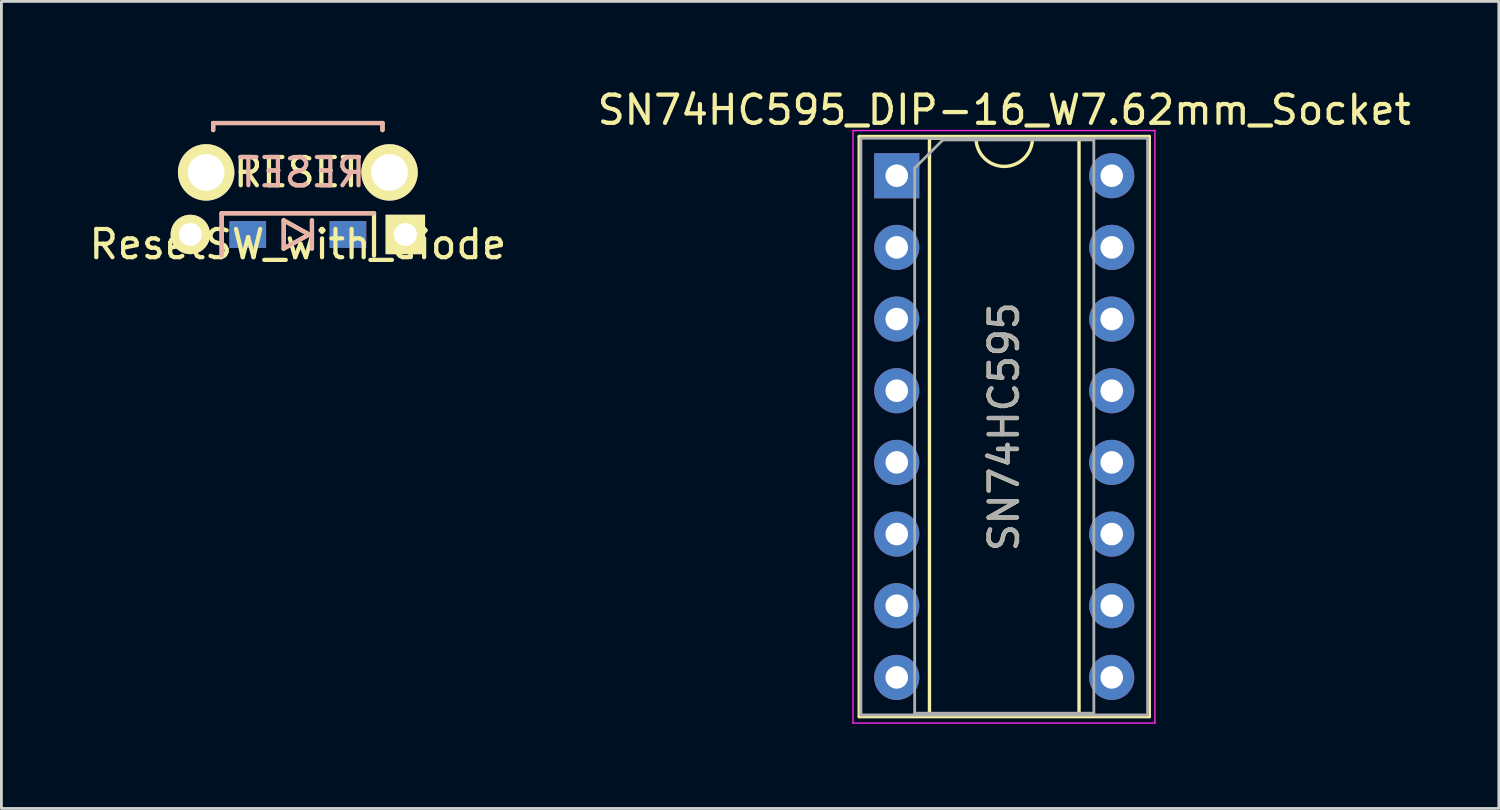
<source format=kicad_pcb>
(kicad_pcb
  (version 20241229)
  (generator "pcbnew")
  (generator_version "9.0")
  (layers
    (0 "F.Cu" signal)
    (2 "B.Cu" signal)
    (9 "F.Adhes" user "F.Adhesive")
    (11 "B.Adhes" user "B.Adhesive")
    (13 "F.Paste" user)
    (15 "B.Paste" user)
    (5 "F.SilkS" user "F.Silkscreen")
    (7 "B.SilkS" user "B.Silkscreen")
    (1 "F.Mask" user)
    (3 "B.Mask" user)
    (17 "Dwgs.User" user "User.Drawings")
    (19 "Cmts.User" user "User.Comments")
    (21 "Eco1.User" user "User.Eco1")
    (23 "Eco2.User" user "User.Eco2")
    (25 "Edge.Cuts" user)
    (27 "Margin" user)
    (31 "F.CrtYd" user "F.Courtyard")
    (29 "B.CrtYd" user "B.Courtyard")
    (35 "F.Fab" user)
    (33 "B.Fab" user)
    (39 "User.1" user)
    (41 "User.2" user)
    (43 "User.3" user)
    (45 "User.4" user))
  (footprint "ResetSW_with_diode"
    (layer "F.Cu")
    (at 7.506 3.06)
    (property "Reference" "ResetSW_with_diode" (at 0 2.55 0) (layer "F.SilkS") (effects (font (size 1 1) (thickness 0.15))))
    (attr through_hole)
    (fp_line (start -3 -1.75) (end -3 -1.5) (stroke (width 0.15) (type solid)) (layer "F.SilkS"))
    (fp_line (start -3 -1.75) (end 3 -1.75) (stroke (width 0.15) (type solid)) (layer "F.SilkS"))
    (fp_line (start -2.7 1.45) (end -2.7 2.95) (stroke (width 0.15) (type solid)) (layer "F.SilkS"))
    (fp_line (start -0.5 1.7) (end 0.4 2.2) (stroke (width 0.15) (type solid)) (layer "F.SilkS"))
    (fp_line (start -0.5 2.7) (end -0.5 1.7) (stroke (width 0.15) (type solid)) (layer "F.SilkS"))
    (fp_line (start 0.4 2.2) (end -0.5 2.7) (stroke (width 0.15) (type solid)) (layer "F.SilkS"))
    (fp_line (start 0.5 2.7) (end 0.5 1.7) (stroke (width 0.15) (type solid)) (layer "F.SilkS"))
    (fp_line (start 2.7 1.45) (end -2.7 1.45) (stroke (width 0.15) (type solid)) (layer "F.SilkS"))
    (fp_line (start 2.7 2.95) (end 2.7 1.45) (stroke (width 0.15) (type solid)) (layer "F.SilkS"))
    (fp_line (start 3 -1.75) (end 3 -1.5) (stroke (width 0.15) (type solid)) (layer "F.SilkS"))
    (fp_line (start -3 -1.75) (end 3 -1.75) (stroke (width 0.15) (type solid)) (layer "B.SilkS"))
    (fp_line (start -3 -1.5) (end -3 -1.75) (stroke (width 0.15) (type solid)) (layer "B.SilkS"))
    (fp_line (start -2.7 1.45) (end -2.7 2.95) (stroke (width 0.15) (type solid)) (layer "B.SilkS"))
    (fp_line (start -0.5 1.7) (end 0.4 2.2) (stroke (width 0.15) (type solid)) (layer "B.SilkS"))
    (fp_line (start -0.5 2.7) (end -0.5 1.7) (stroke (width 0.15) (type solid)) (layer "B.SilkS"))
    (fp_line (start 0.4 2.2) (end -0.5 2.7) (stroke (width 0.15) (type solid)) (layer "B.SilkS"))
    (fp_line (start 0.5 2.7) (end 0.5 1.7) (stroke (width 0.15) (type solid)) (layer "B.SilkS"))
    (fp_line (start 2.7 1.45) (end -2.7 1.45) (stroke (width 0.15) (type solid)) (layer "B.SilkS"))
    (fp_line (start 3 -1.75) (end 3 -1.5) (stroke (width 0.15) (type solid)) (layer "B.SilkS"))
    (fp_line (start -5 -3) (end -5 3) (stroke (width 0.12) (type solid)) (layer "Eco1.User"))
    (fp_line (start -5 3) (end 5 3) (stroke (width 0.12) (type solid)) (layer "Eco1.User"))
    (fp_line (start 5 -3) (end -5 -3) (stroke (width 0.12) (type solid)) (layer "Eco1.User"))
    (fp_line (start 5 3) (end 5 -3) (stroke (width 0.12) (type solid)) (layer "Eco1.User"))
    (fp_text user "RESET" (at 0 0 0) (layer "F.SilkS") (effects (font (size 1 1) (thickness 0.15))))
    (fp_text user "RESET" (at 0.127 0 0) (layer "B.SilkS") (effects (font (size 1 1) (thickness 0.15)) (justify mirror)))
    (pad "1" thru_hole circle (at 3.25 0) (size 2 2) (drill 1.3) (layers "*.Cu" "*.Mask" "F.SilkS"))
    (pad "2" thru_hole circle (at -3.81 2.2 180) (size 1.397 1.397) (drill 0.813) (layers "*.Cu" "*.Mask" "F.SilkS"))
    (pad "2" thru_hole circle (at -3.25 0) (size 2 2) (drill 1.3) (layers "*.Cu" "*.Mask" "F.SilkS"))
    (pad "2" smd rect (at -1.775 2.2 180) (size 1.3 0.95) (layers "F.Cu" "F.Mask" "F.Paste"))
    (pad "2" smd rect (at -1.775 2.2 180) (size 1.3 0.95) (layers "B.Cu" "B.Mask" "B.Paste"))
    (pad "3" smd rect (at 1.775 2.2 180) (size 1.3 0.95) (layers "F.Cu" "F.Mask" "F.Paste"))
    (pad "3" smd rect (at 1.775 2.2 180) (size 1.3 0.95) (layers "B.Cu" "B.Mask" "B.Paste"))
    (pad "3" thru_hole rect (at 3.81 2.2 180) (size 1.397 1.397) (drill 0.813) (layers "*.Cu" "*.Mask" "F.SilkS")))
  (footprint "SN74HC595_DIP-16_W7.62mm_Socket"
    (layer "F.Cu")
    (at 32.432 12.078)
    (property "Reference" "SN74HC595_DIP-16_W7.62mm_Socket" (at 0.11 -11.23 0) (layer "F.SilkS") (effects (font (size 1 1) (thickness 0.15))))
    (attr through_hole)
    (fp_line (start -5.03 -10.29) (end -5.03 10.27) (stroke (width 0.12) (type solid)) (layer "F.SilkS"))
    (fp_line (start -5.03 10.27) (end 5.25 10.27) (stroke (width 0.12) (type solid)) (layer "F.SilkS"))
    (fp_line (start -2.54 -10.23) (end -2.54 10.21) (stroke (width 0.12) (type solid)) (layer "F.SilkS"))
    (fp_line (start -2.54 10.21) (end 2.76 10.21) (stroke (width 0.12) (type solid)) (layer "F.SilkS"))
    (fp_line (start -0.89 -10.23) (end -2.54 -10.23) (stroke (width 0.12) (type solid)) (layer "F.SilkS"))
    (fp_line (start 2.76 -10.23) (end 1.11 -10.23) (stroke (width 0.12) (type solid)) (layer "F.SilkS"))
    (fp_line (start 2.76 10.21) (end 2.76 -10.23) (stroke (width 0.12) (type solid)) (layer "F.SilkS"))
    (fp_line (start 5.25 -10.29) (end -5.03 -10.29) (stroke (width 0.12) (type solid)) (layer "F.SilkS"))
    (fp_line (start 5.25 10.27) (end 5.25 -10.29) (stroke (width 0.12) (type solid)) (layer "F.SilkS"))
    (fp_arc (start 1.11 -10.23) (mid 0.11 -9.23) (end -0.89 -10.23) (stroke (width 0.12) (type solid)) (layer "F.SilkS"))
    (fp_line (start -5.25 -10.5) (end -5.25 10.5) (stroke (width 0.05) (type solid)) (layer "F.CrtYd"))
    (fp_line (start -5.25 10.5) (end 5.45 10.5) (stroke (width 0.05) (type solid)) (layer "F.CrtYd"))
    (fp_line (start 5.45 -10.5) (end -5.25 -10.5) (stroke (width 0.05) (type solid)) (layer "F.CrtYd"))
    (fp_line (start 5.45 10.5) (end 5.45 -10.5) (stroke (width 0.05) (type solid)) (layer "F.CrtYd"))
    (fp_line (start -4.97 -10.23) (end -4.97 10.21) (stroke (width 0.1) (type solid)) (layer "F.Fab"))
    (fp_line (start -4.97 10.21) (end 5.19 10.21) (stroke (width 0.1) (type solid)) (layer "F.Fab"))
    (fp_line (start -3.065 -9.17) (end -2.065 -10.17) (stroke (width 0.1) (type solid)) (layer "F.Fab"))
    (fp_line (start -3.065 10.15) (end -3.065 -9.17) (stroke (width 0.1) (type solid)) (layer "F.Fab"))
    (fp_line (start -2.065 -10.17) (end 3.285 -10.17) (stroke (width 0.1) (type solid)) (layer "F.Fab"))
    (fp_line (start 3.285 -10.17) (end 3.285 10.15) (stroke (width 0.1) (type solid)) (layer "F.Fab"))
    (fp_line (start 3.285 10.15) (end -3.065 10.15) (stroke (width 0.1) (type solid)) (layer "F.Fab"))
    (fp_line (start 5.19 -10.23) (end -4.97 -10.23) (stroke (width 0.1) (type solid)) (layer "F.Fab"))
    (fp_line (start 5.19 10.21) (end 5.19 -10.23) (stroke (width 0.1) (type solid)) (layer "F.Fab"))
    (fp_text user "SN74HC595" (at 0.1 0 90) (layer "F.SilkS") (effects (font (size 1 1) (thickness 0.15))))
    (fp_text user "SN74HC595" (at 0.11 -0.01 90) (layer "F.Fab") (effects (font (size 1 1) (thickness 0.15))))
    (pad "1" thru_hole rect (at -3.7 -8.9) (size 1.6 1.6) (drill 0.8) (layers "*.Cu" "*.Mask"))
    (pad "2" thru_hole oval (at -3.7 -6.36) (size 1.6 1.6) (drill 0.8) (layers "*.Cu" "*.Mask"))
    (pad "3" thru_hole oval (at -3.7 -3.82) (size 1.6 1.6) (drill 0.8) (layers "*.Cu" "*.Mask"))
    (pad "4" thru_hole oval (at -3.7 -1.28) (size 1.6 1.6) (drill 0.8) (layers "*.Cu" "*.Mask"))
    (pad "5" thru_hole oval (at -3.7 1.26) (size 1.6 1.6) (drill 0.8) (layers "*.Cu" "*.Mask"))
    (pad "6" thru_hole oval (at -3.7 3.8) (size 1.6 1.6) (drill 0.8) (layers "*.Cu" "*.Mask"))
    (pad "7" thru_hole oval (at -3.7 6.34) (size 1.6 1.6) (drill 0.8) (layers "*.Cu" "*.Mask"))
    (pad "8" thru_hole oval (at -3.7 8.88) (size 1.6 1.6) (drill 0.8) (layers "*.Cu" "*.Mask"))
    (pad "9" thru_hole oval (at 3.92 8.88) (size 1.6 1.6) (drill 0.8) (layers "*.Cu" "*.Mask"))
    (pad "10" thru_hole oval (at 3.92 6.34) (size 1.6 1.6) (drill 0.8) (layers "*.Cu" "*.Mask"))
    (pad "11" thru_hole oval (at 3.92 3.8) (size 1.6 1.6) (drill 0.8) (layers "*.Cu" "*.Mask"))
    (pad "12" thru_hole oval (at 3.92 1.26) (size 1.6 1.6) (drill 0.8) (layers "*.Cu" "*.Mask"))
    (pad "13" thru_hole oval (at 3.92 -1.28) (size 1.6 1.6) (drill 0.8) (layers "*.Cu" "*.Mask"))
    (pad "14" thru_hole oval (at 3.92 -3.82) (size 1.6 1.6) (drill 0.8) (layers "*.Cu" "*.Mask"))
    (pad "15" thru_hole oval (at 3.92 -6.36) (size 1.6 1.6) (drill 0.8) (layers "*.Cu" "*.Mask"))
    (pad "16" thru_hole oval (at 3.92 -8.9) (size 1.6 1.6) (drill 0.8) (layers "*.Cu" "*.Mask")))
  (gr_rect
    (start -3 -3)
    (end 50.071 25.603)
    (stroke (width 0.1) (type default))
    (fill no)
    (layer "Edge.Cuts")))
</source>
